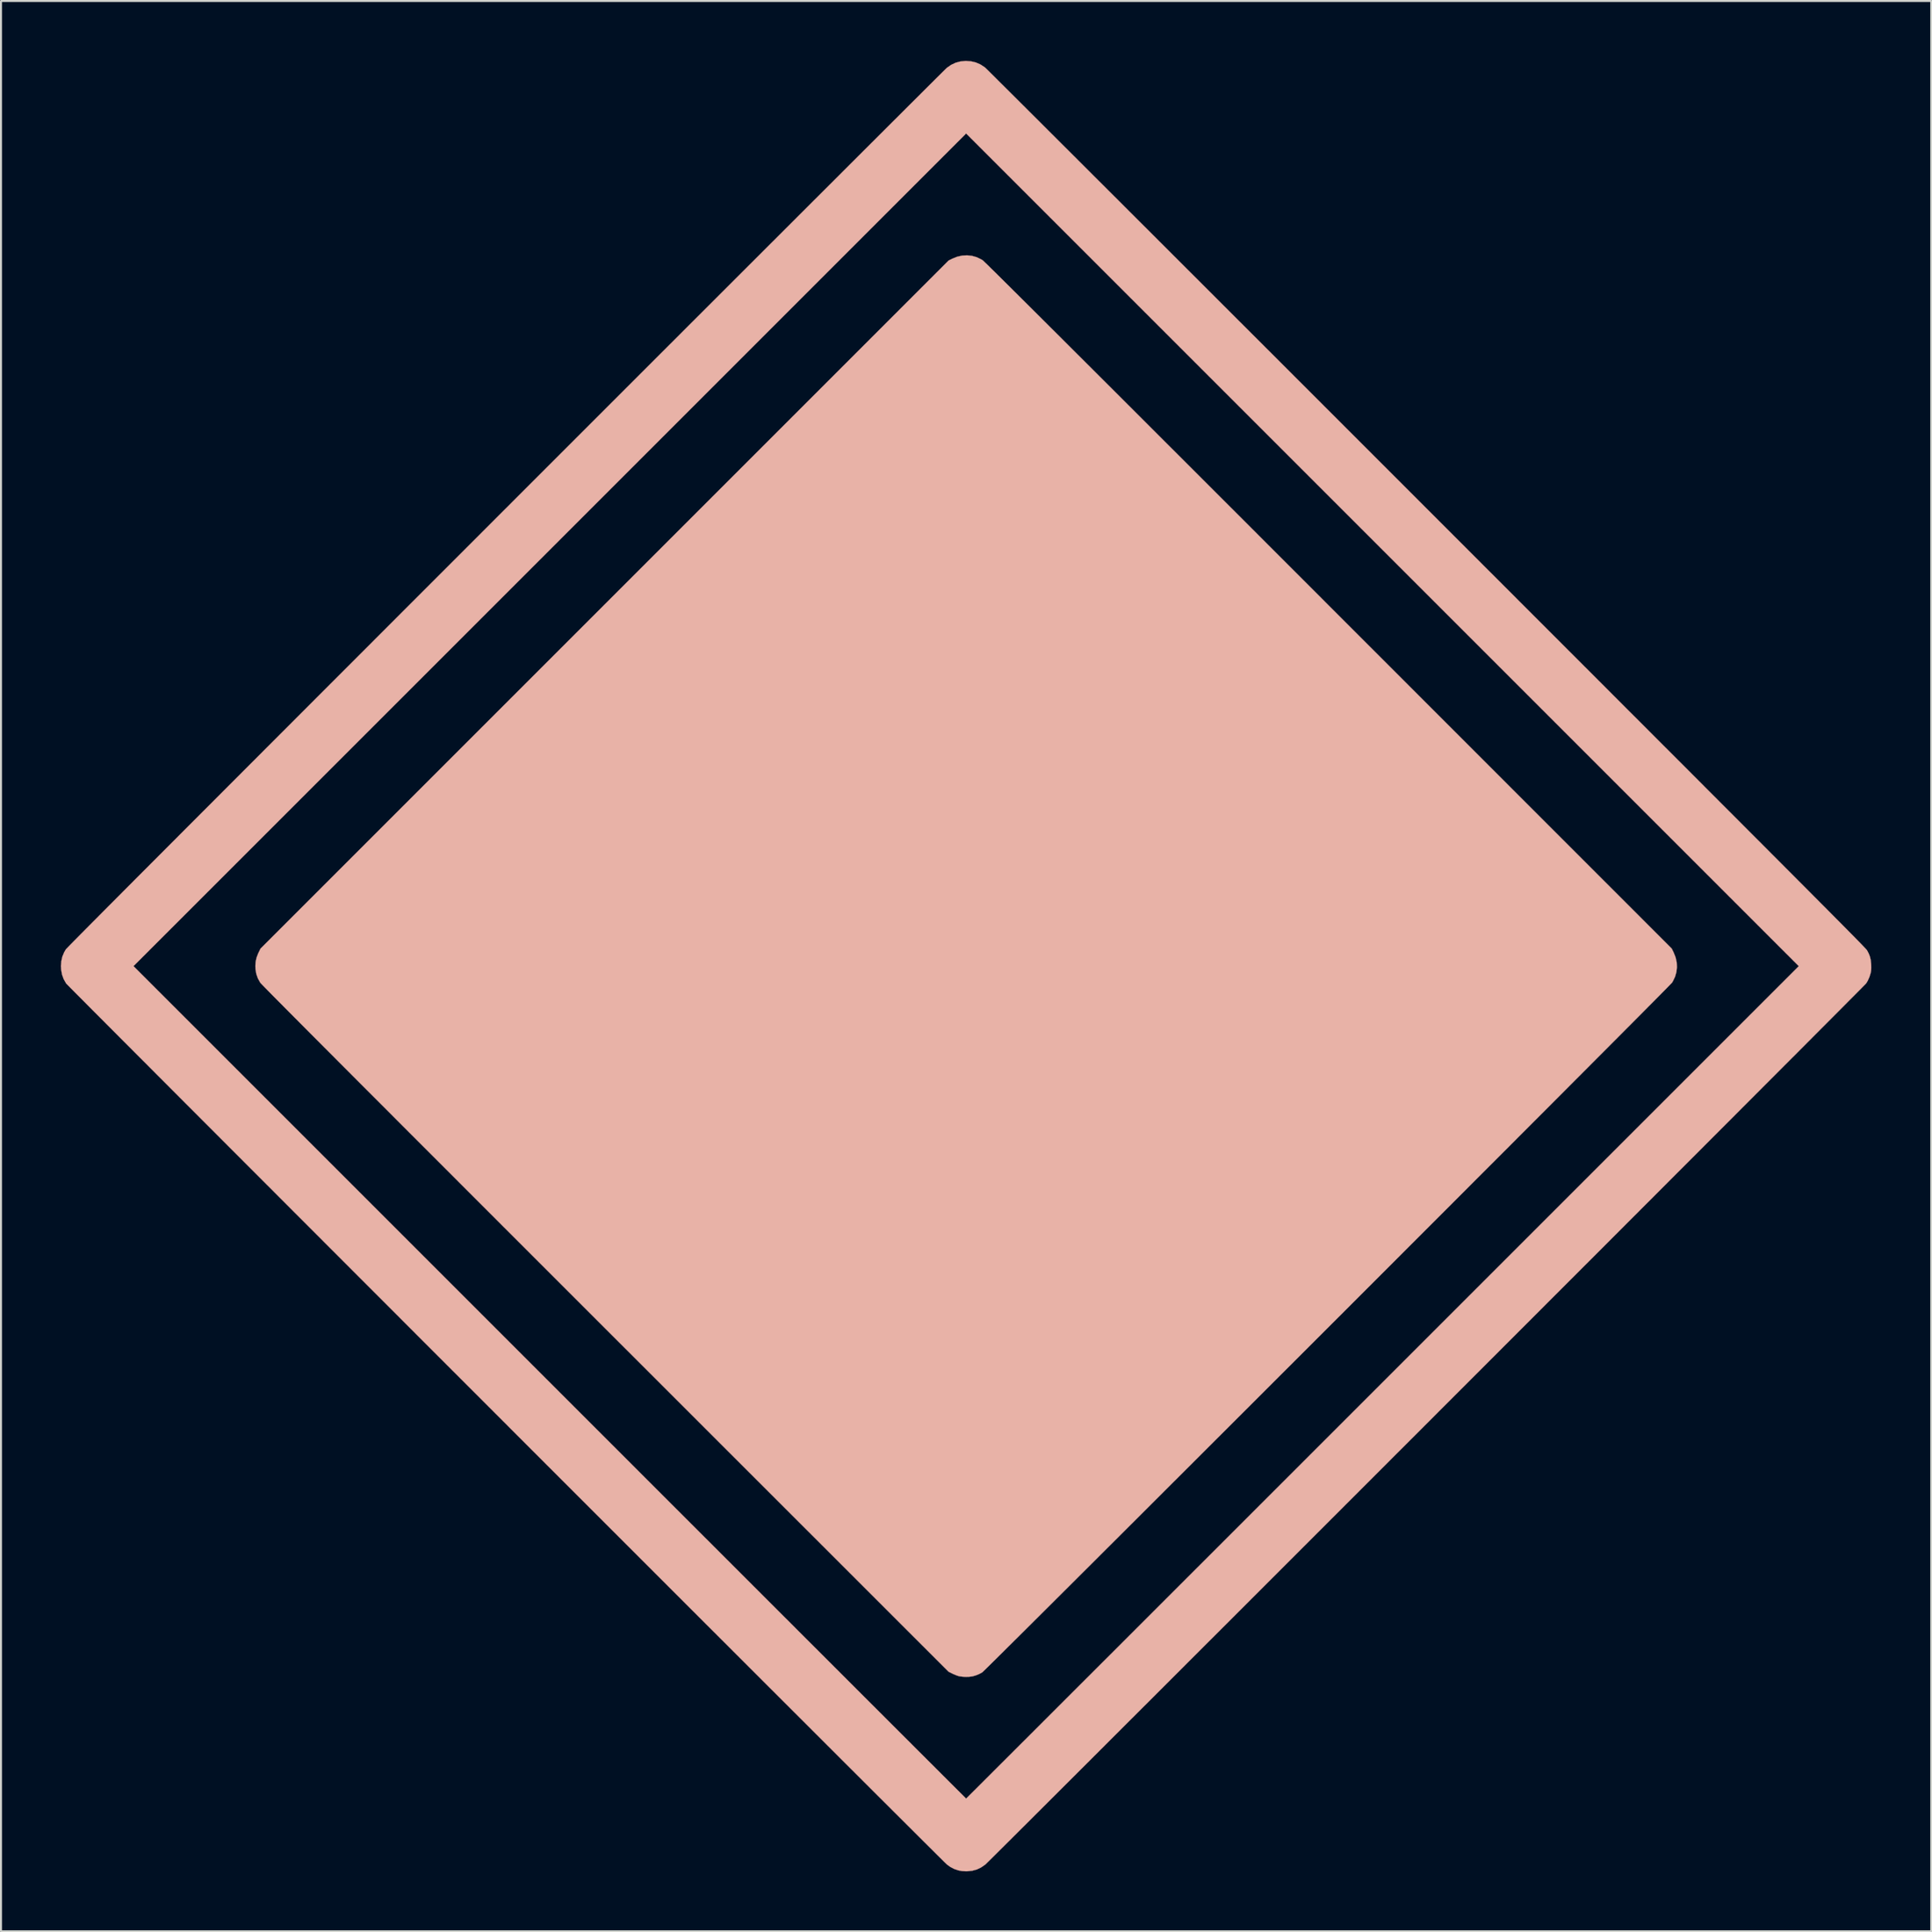
<source format=kicad_pcb>
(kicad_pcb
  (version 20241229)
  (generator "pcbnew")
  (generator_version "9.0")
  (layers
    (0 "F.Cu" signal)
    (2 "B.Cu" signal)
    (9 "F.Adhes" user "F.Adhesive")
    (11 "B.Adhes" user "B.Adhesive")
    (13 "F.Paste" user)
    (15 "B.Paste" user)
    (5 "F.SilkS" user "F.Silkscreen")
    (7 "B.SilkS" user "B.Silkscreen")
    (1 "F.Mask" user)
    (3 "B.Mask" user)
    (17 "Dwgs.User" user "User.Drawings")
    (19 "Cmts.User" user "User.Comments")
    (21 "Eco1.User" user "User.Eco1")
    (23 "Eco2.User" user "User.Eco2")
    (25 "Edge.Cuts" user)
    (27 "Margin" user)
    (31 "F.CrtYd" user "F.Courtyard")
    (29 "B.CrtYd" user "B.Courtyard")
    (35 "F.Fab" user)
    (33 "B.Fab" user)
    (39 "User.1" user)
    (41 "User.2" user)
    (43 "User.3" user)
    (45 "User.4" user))
  (footprint "es_icon"
    (layer "F.Cu")
    (at 45.344 45.344)
    (property "Reference" "es_icon" (at 0 0 0) (layer "F.SilkS") (effects (font (size 1.27 1.27) (thickness 0.15))))
    (attr through_hole)
    (fp_poly (pts (xy 0.293 -35.577) (xy 0.528 -35.51) (xy 0.754 -35.402) (xy 0.826 -35.358) (xy 0.841 -35.345) (xy 0.874 -35.315) (xy 0.923 -35.268) (xy 0.99 -35.203) (xy 1.075 -35.121) (xy 1.177 -35.02) (xy 1.298 -34.901) (xy 1.438 -34.764) (xy 1.597 -34.607) (xy 1.775 -34.43) (xy 1.973 -34.234) (xy 2.191 -34.018) (xy 2.429 -33.781) (xy 2.688 -33.524) (xy 2.968 -33.245) (xy 3.27 -32.945) (xy 3.593 -32.623) (xy 3.938 -32.279) (xy 4.306 -31.912) (xy 4.697 -31.523) (xy 5.11 -31.11) (xy 5.547 -30.674) (xy 6.008 -30.214) (xy 6.492 -29.731) (xy 7.002 -29.222) (xy 7.536 -28.689) (xy 8.095 -28.13) (xy 8.679 -27.547) (xy 9.289 -26.937) (xy 9.925 -26.301) (xy 10.588 -25.639) (xy 11.278 -24.949) (xy 11.994 -24.233) (xy 12.738 -23.489) (xy 13.51 -22.718) (xy 14.31 -21.918) (xy 15.138 -21.089) (xy 15.995 -20.232) (xy 16.881 -19.346) (xy 17.797 -18.43) (xy 18.153 -18.073) (xy 35.344 -0.878) (xy 35.442 -0.677) (xy 35.537 -0.437) (xy 35.591 -0.193) (xy 35.604 0.051) (xy 35.577 0.293) (xy 35.51 0.528) (xy 35.402 0.754) (xy 35.358 0.826) (xy 35.339 0.847) (xy 35.29 0.898) (xy 35.213 0.977) (xy 35.109 1.084) (xy 34.977 1.218) (xy 34.818 1.378) (xy 34.635 1.564) (xy 34.426 1.775) (xy 34.193 2.009) (xy 33.937 2.267) (xy 33.658 2.548) (xy 33.357 2.851) (xy 33.035 3.174) (xy 32.692 3.519) (xy 32.329 3.883) (xy 31.948 4.266) (xy 31.547 4.667) (xy 31.13 5.086) (xy 30.695 5.522) (xy 30.244 5.974) (xy 29.778 6.442) (xy 29.297 6.924) (xy 28.802 7.42) (xy 28.293 7.929) (xy 27.772 8.451) (xy 27.24 8.985) (xy 26.696 9.53) (xy 26.141 10.085) (xy 25.577 10.649) (xy 25.004 11.223) (xy 24.423 11.805) (xy 23.834 12.394) (xy 23.239 12.99) (xy 22.637 13.592) (xy 22.03 14.199) (xy 21.419 14.811) (xy 20.803 15.427) (xy 20.184 16.046) (xy 19.563 16.667) (xy 18.941 17.29) (xy 18.317 17.913) (xy 17.693 18.537) (xy 17.069 19.161) (xy 16.447 19.783) (xy 15.826 20.403) (xy 15.208 21.021) (xy 14.594 21.635) (xy 13.983 22.245) (xy 13.377 22.85) (xy 12.777 23.45) (xy 12.183 24.043) (xy 11.596 24.63) (xy 11.017 25.208) (xy 10.446 25.778) (xy 9.884 26.339) (xy 9.332 26.89) (xy 8.791 27.431) (xy 8.261 27.96) (xy 7.743 28.477) (xy 7.238 28.981) (xy 6.746 29.471) (xy 6.269 29.948) (xy 5.806 30.409) (xy 5.359 30.855) (xy 4.929 31.284) (xy 4.515 31.696) (xy 4.12 32.09) (xy 3.742 32.466) (xy 3.385 32.822) (xy 3.047 33.158) (xy 2.73 33.474) (xy 2.434 33.767) (xy 2.16 34.039) (xy 1.91 34.288) (xy 1.683 34.513) (xy 1.48 34.714) (xy 1.303 34.889) (xy 1.151 35.039) (xy 1.025 35.162) (xy 0.927 35.258) (xy 0.857 35.326) (xy 0.816 35.365) (xy 0.804 35.375) (xy 0.65 35.458) (xy 0.48 35.527) (xy 0.315 35.574) (xy 0.287 35.579) (xy 0.15 35.595) (xy -0.008 35.6) (xy -0.169 35.593) (xy -0.312 35.575) (xy -0.339 35.57) (xy -0.419 35.547) (xy -0.521 35.51) (xy -0.627 35.466) (xy -0.677 35.442) (xy -0.878 35.344) (xy -18.073 18.154) (xy -19 17.227) (xy -19.898 16.329) (xy -20.766 15.461) (xy -21.606 14.622) (xy -22.416 13.811) (xy -23.199 13.029) (xy -23.953 12.274) (xy -24.68 11.547) (xy -25.38 10.847) (xy -26.052 10.174) (xy -26.698 9.528) (xy -27.318 8.908) (xy -27.912 8.314) (xy -28.48 7.745) (xy -29.022 7.201) (xy -29.54 6.683) (xy -30.034 6.189) (xy -30.503 5.719) (xy -30.948 5.273) (xy -31.369 4.851) (xy -31.767 4.451) (xy -32.143 4.075) (xy -32.495 3.721) (xy -32.826 3.39) (xy -33.134 3.08) (xy -33.421 2.792) (xy -33.686 2.525) (xy -33.931 2.279) (xy -34.155 2.053) (xy -34.359 1.847) (xy -34.543 1.662) (xy -34.707 1.496) (xy -34.852 1.349) (xy -34.978 1.221) (xy -35.085 1.111) (xy -35.174 1.02) (xy -35.246 0.946) (xy -35.299 0.89) (xy -35.336 0.851) (xy -35.355 0.829) (xy -35.358 0.826) (xy -35.476 0.613) (xy -35.554 0.393) (xy -35.595 0.159) (xy -35.602 -0.009) (xy -35.588 -0.219) (xy -35.545 -0.417) (xy -35.47 -0.617) (xy -35.442 -0.677) (xy -35.344 -0.878) (xy -0.878 -35.344) (xy -0.677 -35.442) (xy -0.437 -35.537) (xy -0.193 -35.591) (xy 0.051 -35.604) (xy 0.293 -35.577)) (stroke (width 0.01) (type solid)) (fill yes) (layer "B.SilkS"))
    (fp_poly (pts (xy 0.253 -45.32) (xy 0.489 -45.263) (xy 0.71 -45.167) (xy 0.921 -45.031) (xy 0.959 -45.001) (xy 0.979 -44.981) (xy 1.029 -44.933) (xy 1.108 -44.855) (xy 1.215 -44.749) (xy 1.35 -44.615) (xy 1.512 -44.453) (xy 1.701 -44.265) (xy 1.916 -44.051) (xy 2.157 -43.811) (xy 2.424 -43.546) (xy 2.714 -43.256) (xy 3.029 -42.942) (xy 3.368 -42.604) (xy 3.729 -42.244) (xy 4.113 -41.86) (xy 4.519 -41.455) (xy 4.947 -41.028) (xy 5.396 -40.58) (xy 5.865 -40.112) (xy 6.353 -39.624) (xy 6.862 -39.116) (xy 7.389 -38.59) (xy 7.934 -38.045) (xy 8.497 -37.483) (xy 9.078 -36.903) (xy 9.675 -36.306) (xy 10.288 -35.693) (xy 10.917 -35.064) (xy 11.562 -34.421) (xy 12.221 -33.762) (xy 12.893 -33.09) (xy 13.58 -32.403) (xy 14.28 -31.704) (xy 14.992 -30.992) (xy 15.716 -30.269) (xy 16.451 -29.533) (xy 17.198 -28.787) (xy 17.954 -28.03) (xy 18.721 -27.264) (xy 19.497 -26.488) (xy 20.282 -25.703) (xy 21.075 -24.91) (xy 21.876 -24.109) (xy 22.684 -23.3) (xy 23.074 -22.91) (xy 24.063 -21.921) (xy 25.022 -20.962) (xy 25.952 -20.031) (xy 26.854 -19.13) (xy 27.727 -18.256) (xy 28.573 -17.41) (xy 29.391 -16.592) (xy 30.182 -15.8) (xy 30.947 -15.035) (xy 31.686 -14.296) (xy 32.399 -13.582) (xy 33.087 -12.893) (xy 33.751 -12.23) (xy 34.39 -11.59) (xy 35.005 -10.974) (xy 35.597 -10.382) (xy 36.167 -9.812) (xy 36.713 -9.265) (xy 37.237 -8.74) (xy 37.74 -8.236) (xy 38.222 -7.754) (xy 38.683 -7.293) (xy 39.123 -6.851) (xy 39.544 -6.43) (xy 39.945 -6.028) (xy 40.327 -5.645) (xy 40.691 -5.281) (xy 41.036 -4.934) (xy 41.364 -4.606) (xy 41.674 -4.294) (xy 41.968 -4) (xy 42.245 -3.721) (xy 42.506 -3.459) (xy 42.752 -3.212) (xy 42.983 -2.98) (xy 43.199 -2.763) (xy 43.4 -2.56) (xy 43.588 -2.37) (xy 43.763 -2.194) (xy 43.925 -2.031) (xy 44.074 -1.88) (xy 44.211 -1.741) (xy 44.337 -1.614) (xy 44.451 -1.498) (xy 44.555 -1.392) (xy 44.648 -1.297) (xy 44.732 -1.211) (xy 44.806 -1.135) (xy 44.871 -1.068) (xy 44.928 -1.009) (xy 44.976 -0.958) (xy 45.017 -0.915) (xy 45.051 -0.879) (xy 45.078 -0.849) (xy 45.098 -0.826) (xy 45.113 -0.809) (xy 45.122 -0.797) (xy 45.125 -0.793) (xy 45.212 -0.628) (xy 45.272 -0.472) (xy 45.31 -0.311) (xy 45.33 -0.13) (xy 45.334 -0.068) (xy 45.337 0.066) (xy 45.334 0.17) (xy 45.325 0.259) (xy 45.307 0.345) (xy 45.307 0.345) (xy 45.245 0.544) (xy 45.158 0.737) (xy 45.084 0.861) (xy 45.067 0.88) (xy 45.02 0.928) (xy 44.944 1.005) (xy 44.841 1.11) (xy 44.71 1.242) (xy 44.552 1.401) (xy 44.368 1.586) (xy 44.159 1.796) (xy 43.925 2.032) (xy 43.667 2.291) (xy 43.385 2.574) (xy 43.08 2.88) (xy 42.753 3.208) (xy 42.404 3.558) (xy 42.035 3.929) (xy 41.645 4.32) (xy 41.235 4.73) (xy 40.806 5.16) (xy 40.359 5.608) (xy 39.893 6.074) (xy 39.411 6.558) (xy 38.912 7.057) (xy 38.398 7.573) (xy 37.868 8.104) (xy 37.323 8.649) (xy 36.765 9.208) (xy 36.193 9.781) (xy 35.608 10.366) (xy 35.011 10.964) (xy 34.403 11.573) (xy 33.784 12.192) (xy 33.155 12.822) (xy 32.517 13.461) (xy 31.87 14.109) (xy 31.214 14.765) (xy 30.551 15.429) (xy 29.881 16.099) (xy 29.204 16.776) (xy 28.522 17.459) (xy 27.835 18.146) (xy 27.143 18.838) (xy 26.448 19.534) (xy 25.75 20.233) (xy 25.049 20.934) (xy 24.346 21.637) (xy 23.642 22.341) (xy 22.938 23.046) (xy 22.233 23.751) (xy 21.529 24.454) (xy 20.827 25.157) (xy 20.127 25.857) (xy 19.429 26.555) (xy 18.734 27.25) (xy 18.044 27.94) (xy 17.358 28.626) (xy 16.677 29.307) (xy 16.002 29.982) (xy 15.333 30.651) (xy 14.672 31.312) (xy 14.018 31.966) (xy 13.373 32.611) (xy 12.737 33.247) (xy 12.11 33.873) (xy 11.494 34.489) (xy 10.888 35.094) (xy 10.294 35.688) (xy 9.713 36.269) (xy 9.144 36.838) (xy 8.589 37.392) (xy 8.047 37.933) (xy 7.521 38.459) (xy 7.01 38.969) (xy 6.515 39.464) (xy 6.037 39.942) (xy 5.576 40.402) (xy 5.133 40.844) (xy 4.708 41.268) (xy 4.303 41.672) (xy 3.918 42.057) (xy 3.553 42.421) (xy 3.21 42.764) (xy 2.888 43.084) (xy 2.588 43.383) (xy 2.312 43.658) (xy 2.059 43.91) (xy 1.831 44.137) (xy 1.628 44.339) (xy 1.45 44.516) (xy 1.299 44.666) (xy 1.174 44.79) (xy 1.077 44.885) (xy 1.009 44.953) (xy 0.969 44.992) (xy 0.959 45.001) (xy 0.752 45.144) (xy 0.537 45.247) (xy 0.308 45.31) (xy 0.061 45.337) (xy -0.009 45.338) (xy -0.21 45.326) (xy -0.381 45.295) (xy -0.6 45.221) (xy -0.802 45.114) (xy -0.959 45.001) (xy -0.98 44.98) (xy -1.031 44.931) (xy -1.111 44.853) (xy -1.218 44.746) (xy -1.353 44.613) (xy -1.514 44.453) (xy -1.701 44.266) (xy -1.914 44.055) (xy -2.152 43.818) (xy -2.413 43.558) (xy -2.698 43.273) (xy -3.006 42.966) (xy -3.336 42.637) (xy -3.688 42.286) (xy -4.06 41.915) (xy -4.453 41.523) (xy -4.866 41.111) (xy -5.297 40.68) (xy -5.747 40.231) (xy -6.215 39.764) (xy -6.699 39.28) (xy -7.2 38.779) (xy -7.717 38.263) (xy -8.249 37.731) (xy -8.796 37.185) (xy -9.356 36.625) (xy -9.93 36.052) (xy -10.516 35.466) (xy -11.115 34.868) (xy -11.724 34.259) (xy -12.344 33.639) (xy -12.975 33.009) (xy -13.615 32.369) (xy -14.263 31.721) (xy -14.92 31.064) (xy -15.584 30.4) (xy -16.255 29.729) (xy -16.932 29.052) (xy -17.615 28.369) (xy -18.303 27.681) (xy -18.995 26.989) (xy -19.691 26.293) (xy -20.39 25.594) (xy -21.091 24.893) (xy -21.794 24.19) (xy -22.498 23.486) (xy -23.202 22.781) (xy -23.907 22.076) (xy -24.61 21.372) (xy -25.313 20.67) (xy -26.013 19.97) (xy -26.71 19.272) (xy -27.404 18.578) (xy -28.094 17.887) (xy -28.779 17.201) (xy -29.459 16.521) (xy -30.133 15.846) (xy -30.801 15.178) (xy -31.461 14.517) (xy -32.114 13.864) (xy -32.758 13.219) (xy -33.393 12.584) (xy -34.018 11.958) (xy -34.633 11.342) (xy -35.237 10.738) (xy -35.829 10.145) (xy -36.409 9.564) (xy -36.976 8.997) (xy -37.53 8.442) (xy -38.069 7.902) (xy -38.593 7.377) (xy -39.102 6.868) (xy -39.595 6.374) (xy -40.07 5.897) (xy -40.529 5.438) (xy -40.969 4.996) (xy -41.391 4.574) (xy -41.794 4.17) (xy -42.176 3.787) (xy -42.538 3.424) (xy -42.879 3.082) (xy -43.197 2.762) (xy -43.494 2.465) (xy -43.767 2.191) (xy -44.016 1.94) (xy -44.241 1.714) (xy -44.44 1.513) (xy -44.615 1.338) (xy -44.762 1.189) (xy -44.883 1.067) (xy -44.976 0.973) (xy -45.041 0.907) (xy -45.077 0.87) (xy -45.084 0.861) (xy -45.205 0.646) (xy -45.287 0.42) (xy -45.33 0.177) (xy -45.339 -0.000003) (xy -41.709 -0.000003) (xy -20.86 20.849) (xy -20.07 21.639) (xy -19.287 22.422) (xy -18.512 23.197) (xy -17.745 23.963) (xy -16.987 24.721) (xy -16.239 25.47) (xy -15.5 26.209) (xy -14.772 26.937) (xy -14.054 27.654) (xy -13.348 28.36) (xy -12.654 29.054) (xy -11.973 29.735) (xy -11.304 30.403) (xy -10.65 31.058) (xy -10.009 31.698) (xy -9.383 32.324) (xy -8.772 32.934) (xy -8.178 33.529) (xy -7.599 34.107) (xy -7.037 34.669) (xy -6.493 35.213) (xy -5.967 35.739) (xy -5.459 36.247) (xy -4.97 36.736) (xy -4.5 37.205) (xy -4.051 37.654) (xy -3.622 38.082) (xy -3.214 38.49) (xy -2.828 38.875) (xy -2.465 39.239) (xy -2.124 39.579) (xy -1.806 39.897) (xy -1.512 40.19) (xy -1.243 40.459) (xy -0.998 40.704) (xy -0.779 40.922) (xy -0.586 41.115) (xy -0.419 41.281) (xy -0.279 41.421) (xy -0.167 41.532) (xy -0.083 41.616) (xy -0.028 41.671) (xy -0.002 41.696) (xy 0 41.698) (xy 0.015 41.683) (xy 0.06 41.639) (xy 0.133 41.566) (xy 0.235 41.465) (xy 0.365 41.335) (xy 0.522 41.179) (xy 0.705 40.996) (xy 0.915 40.786) (xy 1.151 40.551) (xy 1.411 40.291) (xy 1.696 40.006) (xy 2.005 39.698) (xy 2.338 39.365) (xy 2.693 39.01) (xy 3.071 38.633) (xy 3.471 38.233) (xy 3.892 37.812) (xy 4.334 37.371) (xy 4.796 36.909) (xy 5.278 36.427) (xy 5.779 35.926) (xy 6.299 35.407) (xy 6.837 34.869) (xy 7.393 34.314) (xy 7.965 33.742) (xy 8.554 33.153) (xy 9.159 32.548) (xy 9.779 31.928) (xy 10.415 31.293) (xy 11.064 30.643) (xy 11.728 29.98) (xy 12.404 29.304) (xy 13.094 28.614) (xy 13.796 27.913) (xy 14.509 27.199) (xy 15.233 26.475) (xy 15.969 25.74) (xy 16.714 24.995) (xy 17.468 24.24) (xy 18.232 23.477) (xy 19.004 22.705) (xy 19.784 21.925) (xy 20.571 21.138) (xy 20.86 20.849) (xy 41.709 -0.000003) (xy 0 -41.709) (xy -20.854 -20.854) (xy -41.709 -0.000003) (xy -45.339 -0.000003) (xy -45.339 -0.002) (xy -45.322 -0.249) (xy -45.27 -0.476) (xy -45.18 -0.692) (xy -45.097 -0.836) (xy -45.082 -0.854) (xy -45.044 -0.893) (xy -44.984 -0.955) (xy -44.902 -1.04) (xy -44.797 -1.147) (xy -44.669 -1.277) (xy -44.517 -1.43) (xy -44.343 -1.607) (xy -44.144 -1.807) (xy -43.922 -2.031) (xy -43.676 -2.278) (xy -43.406 -2.55) (xy -43.112 -2.846) (xy -42.793 -3.166) (xy -42.449 -3.511) (xy -42.081 -3.881) (xy -41.688 -4.276) (xy -41.269 -4.696) (xy -40.825 -5.141) (xy -40.355 -5.612) (xy -39.859 -6.109) (xy -39.338 -6.632) (xy -38.79 -7.181) (xy -38.216 -7.756) (xy -37.615 -8.357) (xy -36.988 -8.986) (xy -36.334 -9.641) (xy -35.652 -10.323) (xy -34.944 -11.033) (xy -34.207 -11.77) (xy -33.443 -12.535) (xy -32.652 -13.327) (xy -31.832 -14.148) (xy -30.984 -14.996) (xy -30.107 -15.873) (xy -29.202 -16.779) (xy -28.268 -17.714) (xy -27.305 -18.677) (xy -26.313 -19.669) (xy -25.291 -20.691) (xy -24.24 -21.743) (xy -23.16 -22.824) (xy -23.063 -22.92) (xy -22.252 -23.732) (xy -21.448 -24.536) (xy -20.651 -25.333) (xy -19.862 -26.122) (xy -19.082 -26.902) (xy -18.311 -27.673) (xy -17.55 -28.434) (xy -16.799 -29.185) (xy -16.058 -29.926) (xy -15.329 -30.655) (xy -14.611 -31.372) (xy -13.906 -32.078) (xy -13.213 -32.77) (xy -12.534 -33.449) (xy -11.868 -34.114) (xy -11.217 -34.765) (xy -10.581 -35.4) (xy -9.96 -36.021) (xy -9.355 -36.625) (xy -8.767 -37.213) (xy -8.196 -37.784) (xy -7.642 -38.337) (xy -7.106 -38.872) (xy -6.589 -39.388) (xy -6.091 -39.886) (xy -5.613 -40.363) (xy -5.155 -40.821) (xy -4.717 -41.258) (xy -4.301 -41.673) (xy -3.907 -42.067) (xy -3.534 -42.438) (xy -3.185 -42.787) (xy -2.859 -43.112) (xy -2.557 -43.413) (xy -2.279 -43.69) (xy -2.026 -43.942) (xy -1.799 -44.168) (xy -1.598 -44.369) (xy -1.423 -44.542) (xy -1.275 -44.689) (xy -1.155 -44.808) (xy -1.062 -44.9) (xy -0.999 -44.962) (xy -0.964 -44.995) (xy -0.959 -45.001) (xy -0.75 -45.145) (xy -0.531 -45.249) (xy -0.298 -45.313) (xy -0.048 -45.338) (xy 0 -45.339) (xy 0.253 -45.32)) (stroke (width 0.01) (type solid)) (fill yes) (layer "B.SilkS")))
  (gr_rect
    (start -3 -3)
    (end 93.686 93.687)
    (stroke (width 0.1) (type default))
    (fill no)
    (layer "Edge.Cuts")))
</source>
